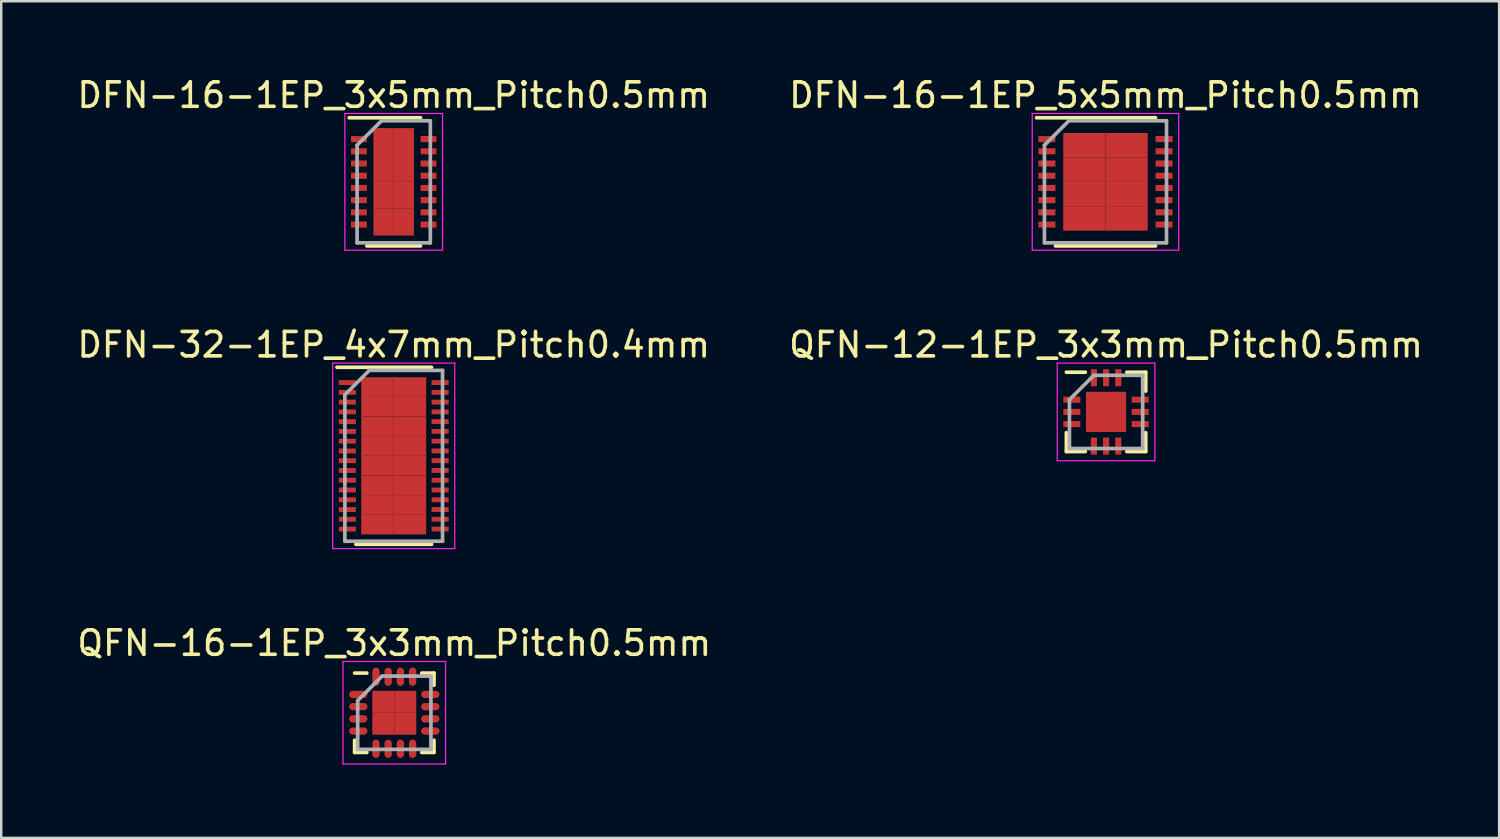
<source format=kicad_pcb>
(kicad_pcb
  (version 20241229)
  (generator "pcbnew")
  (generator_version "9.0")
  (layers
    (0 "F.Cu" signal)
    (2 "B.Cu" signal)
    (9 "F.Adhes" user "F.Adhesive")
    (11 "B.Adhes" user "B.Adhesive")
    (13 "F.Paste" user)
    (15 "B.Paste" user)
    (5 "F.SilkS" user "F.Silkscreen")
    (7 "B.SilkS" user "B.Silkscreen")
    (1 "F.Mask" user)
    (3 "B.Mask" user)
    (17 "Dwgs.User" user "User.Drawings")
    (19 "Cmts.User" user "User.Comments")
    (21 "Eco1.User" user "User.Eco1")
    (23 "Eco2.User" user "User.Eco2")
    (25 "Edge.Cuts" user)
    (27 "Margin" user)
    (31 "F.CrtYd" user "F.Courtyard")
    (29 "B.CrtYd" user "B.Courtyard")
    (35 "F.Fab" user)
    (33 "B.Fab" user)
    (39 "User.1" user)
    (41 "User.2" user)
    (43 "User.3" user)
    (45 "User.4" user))
  (footprint "DFN-16-1EP_3x5mm_Pitch0.5mm"
    (layer "F.Cu")
    (at 13.077 4.398)
    (property "Reference" "DFN-16-1EP_3x5mm_Pitch0.5mm" (at 0 -3.55 0) (layer "F.SilkS") (effects (font (size 1 1) (thickness 0.15))))
    (attr smd)
    (fp_line (start -1.825 -2.625) (end 1.1 -2.625) (stroke (width 0.15) (type solid)) (layer "F.SilkS"))
    (fp_line (start -1.1 2.625) (end 1.1 2.625) (stroke (width 0.15) (type solid)) (layer "F.SilkS"))
    (fp_line (start -2 -2.8) (end -2 2.8) (stroke (width 0.05) (type solid)) (layer "F.CrtYd"))
    (fp_line (start -2 -2.8) (end 2 -2.8) (stroke (width 0.05) (type solid)) (layer "F.CrtYd"))
    (fp_line (start -2 2.8) (end 2 2.8) (stroke (width 0.05) (type solid)) (layer "F.CrtYd"))
    (fp_line (start 2 -2.8) (end 2 2.8) (stroke (width 0.05) (type solid)) (layer "F.CrtYd"))
    (fp_line (start -1.5 -1.5) (end -0.5 -2.5) (stroke (width 0.15) (type solid)) (layer "F.Fab"))
    (fp_line (start -1.5 2.5) (end -1.5 -1.5) (stroke (width 0.15) (type solid)) (layer "F.Fab"))
    (fp_line (start -0.5 -2.5) (end 1.5 -2.5) (stroke (width 0.15) (type solid)) (layer "F.Fab"))
    (fp_line (start 1.5 -2.5) (end 1.5 2.5) (stroke (width 0.15) (type solid)) (layer "F.Fab"))
    (fp_line (start 1.5 2.5) (end -1.5 2.5) (stroke (width 0.15) (type solid)) (layer "F.Fab"))
    (pad "1" smd rect (at -1.425 -1.75) (size 0.65 0.25) (layers "F.Cu" "F.Mask" "F.Paste"))
    (pad "2" smd rect (at -1.425 -1.25) (size 0.65 0.25) (layers "F.Cu" "F.Mask" "F.Paste"))
    (pad "3" smd rect (at -1.425 -0.75) (size 0.65 0.25) (layers "F.Cu" "F.Mask" "F.Paste"))
    (pad "4" smd rect (at -1.425 -0.25) (size 0.65 0.25) (layers "F.Cu" "F.Mask" "F.Paste"))
    (pad "5" smd rect (at -1.425 0.25) (size 0.65 0.25) (layers "F.Cu" "F.Mask" "F.Paste"))
    (pad "6" smd rect (at -1.425 0.75) (size 0.65 0.25) (layers "F.Cu" "F.Mask" "F.Paste"))
    (pad "7" smd rect (at -1.425 1.25) (size 0.65 0.25) (layers "F.Cu" "F.Mask" "F.Paste"))
    (pad "8" smd rect (at -1.425 1.75) (size 0.65 0.25) (layers "F.Cu" "F.Mask" "F.Paste"))
    (pad "9" smd rect (at 1.425 1.75) (size 0.65 0.25) (layers "F.Cu" "F.Mask" "F.Paste"))
    (pad "10" smd rect (at 1.425 1.25) (size 0.65 0.25) (layers "F.Cu" "F.Mask" "F.Paste"))
    (pad "11" smd rect (at 1.425 0.75) (size 0.65 0.25) (layers "F.Cu" "F.Mask" "F.Paste"))
    (pad "12" smd rect (at 1.425 0.25) (size 0.65 0.25) (layers "F.Cu" "F.Mask" "F.Paste"))
    (pad "13" smd rect (at 1.425 -0.25) (size 0.65 0.25) (layers "F.Cu" "F.Mask" "F.Paste"))
    (pad "14" smd rect (at 1.425 -0.75) (size 0.65 0.25) (layers "F.Cu" "F.Mask" "F.Paste"))
    (pad "15" smd rect (at 1.425 -1.25) (size 0.65 0.25) (layers "F.Cu" "F.Mask" "F.Paste"))
    (pad "16" smd rect (at 1.425 -1.75) (size 0.65 0.25) (layers "F.Cu" "F.Mask" "F.Paste"))
    (pad "17" smd rect (at -0.415 -1.65) (size 0.83 1.1) (layers "F.Cu" "F.Mask" "F.Paste"))
    (pad "17" smd rect (at -0.415 -0.55) (size 0.83 1.1) (layers "F.Cu" "F.Mask" "F.Paste"))
    (pad "17" smd rect (at -0.415 0.55) (size 0.83 1.1) (layers "F.Cu" "F.Mask" "F.Paste"))
    (pad "17" smd rect (at -0.415 1.65) (size 0.83 1.1) (layers "F.Cu" "F.Mask" "F.Paste"))
    (pad "17" smd rect (at 0.415 -1.65) (size 0.83 1.1) (layers "F.Cu" "F.Mask" "F.Paste"))
    (pad "17" smd rect (at 0.415 -0.55) (size 0.83 1.1) (layers "F.Cu" "F.Mask" "F.Paste"))
    (pad "17" smd rect (at 0.415 0.55) (size 0.83 1.1) (layers "F.Cu" "F.Mask" "F.Paste"))
    (pad "17" smd rect (at 0.415 1.65) (size 0.83 1.1) (layers "F.Cu" "F.Mask" "F.Paste")))
  (footprint "QFN-16-1EP_3x3mm_Pitch0.5mm"
    (layer "F.Cu")
    (at 13.101 26.145)
    (property "Reference" "QFN-16-1EP_3x3mm_Pitch0.5mm" (at 0 -2.85 0) (layer "F.SilkS") (effects (font (size 1 1) (thickness 0.15))))
    (attr smd)
    (fp_line (start -1.625 -1.625) (end -1.125 -1.625) (stroke (width 0.15) (type solid)) (layer "F.SilkS"))
    (fp_line (start -1.625 1.625) (end -1.625 1.125) (stroke (width 0.15) (type solid)) (layer "F.SilkS"))
    (fp_line (start -1.625 1.625) (end -1.125 1.625) (stroke (width 0.15) (type solid)) (layer "F.SilkS"))
    (fp_line (start 1.625 -1.625) (end 1.125 -1.625) (stroke (width 0.15) (type solid)) (layer "F.SilkS"))
    (fp_line (start 1.625 -1.625) (end 1.625 -1.125) (stroke (width 0.15) (type solid)) (layer "F.SilkS"))
    (fp_line (start 1.625 1.625) (end 1.125 1.625) (stroke (width 0.15) (type solid)) (layer "F.SilkS"))
    (fp_line (start 1.625 1.625) (end 1.625 1.125) (stroke (width 0.15) (type solid)) (layer "F.SilkS"))
    (fp_line (start -2.1 -2.1) (end -2.1 2.1) (stroke (width 0.05) (type solid)) (layer "F.CrtYd"))
    (fp_line (start -2.1 -2.1) (end 2.1 -2.1) (stroke (width 0.05) (type solid)) (layer "F.CrtYd"))
    (fp_line (start -2.1 2.1) (end 2.1 2.1) (stroke (width 0.05) (type solid)) (layer "F.CrtYd"))
    (fp_line (start 2.1 -2.1) (end 2.1 2.1) (stroke (width 0.05) (type solid)) (layer "F.CrtYd"))
    (fp_line (start -1.5 -0.5) (end -0.5 -1.5) (stroke (width 0.15) (type solid)) (layer "F.Fab"))
    (fp_line (start -1.5 1.5) (end -1.5 -0.5) (stroke (width 0.15) (type solid)) (layer "F.Fab"))
    (fp_line (start -0.5 -1.5) (end 1.5 -1.5) (stroke (width 0.15) (type solid)) (layer "F.Fab"))
    (fp_line (start 1.5 -1.5) (end 1.5 1.5) (stroke (width 0.15) (type solid)) (layer "F.Fab"))
    (fp_line (start 1.5 1.5) (end -1.5 1.5) (stroke (width 0.15) (type solid)) (layer "F.Fab"))
    (pad "1" smd oval (at -1.475 -0.75) (size 0.75 0.3) (layers "F.Cu" "F.Mask" "F.Paste"))
    (pad "2" smd oval (at -1.475 -0.25) (size 0.75 0.3) (layers "F.Cu" "F.Mask" "F.Paste"))
    (pad "3" smd oval (at -1.475 0.25) (size 0.75 0.3) (layers "F.Cu" "F.Mask" "F.Paste"))
    (pad "4" smd oval (at -1.475 0.75) (size 0.75 0.3) (layers "F.Cu" "F.Mask" "F.Paste"))
    (pad "5" smd oval (at -0.75 1.475 90) (size 0.75 0.3) (layers "F.Cu" "F.Mask" "F.Paste"))
    (pad "6" smd oval (at -0.25 1.475 90) (size 0.75 0.3) (layers "F.Cu" "F.Mask" "F.Paste"))
    (pad "7" smd oval (at 0.25 1.475 90) (size 0.75 0.3) (layers "F.Cu" "F.Mask" "F.Paste"))
    (pad "8" smd oval (at 0.75 1.475 90) (size 0.75 0.3) (layers "F.Cu" "F.Mask" "F.Paste"))
    (pad "9" smd oval (at 1.475 0.75) (size 0.75 0.3) (layers "F.Cu" "F.Mask" "F.Paste"))
    (pad "10" smd oval (at 1.475 0.25) (size 0.75 0.3) (layers "F.Cu" "F.Mask" "F.Paste"))
    (pad "11" smd oval (at 1.475 -0.25) (size 0.75 0.3) (layers "F.Cu" "F.Mask" "F.Paste"))
    (pad "12" smd oval (at 1.475 -0.75) (size 0.75 0.3) (layers "F.Cu" "F.Mask" "F.Paste"))
    (pad "13" smd oval (at 0.75 -1.475 90) (size 0.75 0.3) (layers "F.Cu" "F.Mask" "F.Paste"))
    (pad "14" smd oval (at 0.25 -1.475 90) (size 0.75 0.3) (layers "F.Cu" "F.Mask" "F.Paste"))
    (pad "15" smd oval (at -0.25 -1.475 90) (size 0.75 0.3) (layers "F.Cu" "F.Mask" "F.Paste"))
    (pad "16" smd oval (at -0.75 -1.475 90) (size 0.75 0.3) (layers "F.Cu" "F.Mask" "F.Paste"))
    (pad "17" smd rect (at -0.45 -0.45) (size 0.9 0.9) (layers "F.Cu" "F.Mask" "F.Paste"))
    (pad "17" smd rect (at -0.45 0.45) (size 0.9 0.9) (layers "F.Cu" "F.Mask" "F.Paste"))
    (pad "17" smd rect (at 0.45 -0.45) (size 0.9 0.9) (layers "F.Cu" "F.Mask" "F.Paste"))
    (pad "17" smd rect (at 0.45 0.45) (size 0.9 0.9) (layers "F.Cu" "F.Mask" "F.Paste")))
  (footprint "QFN-12-1EP_3x3mm_Pitch0.5mm"
    (layer "F.Cu")
    (at 42.256 13.822)
    (property "Reference" "QFN-12-1EP_3x3mm_Pitch0.5mm" (at 0 -2.75 0) (layer "F.SilkS") (effects (font (size 1 1) (thickness 0.15))))
    (attr smd)
    (fp_line (start -1.625 -1.625) (end -0.85 -1.625) (stroke (width 0.15) (type solid)) (layer "F.SilkS"))
    (fp_line (start -1.625 1.625) (end -1.625 0.85) (stroke (width 0.15) (type solid)) (layer "F.SilkS"))
    (fp_line (start -1.625 1.625) (end -0.85 1.625) (stroke (width 0.15) (type solid)) (layer "F.SilkS"))
    (fp_line (start 1.625 -1.625) (end 0.85 -1.625) (stroke (width 0.15) (type solid)) (layer "F.SilkS"))
    (fp_line (start 1.625 -1.625) (end 1.625 -0.85) (stroke (width 0.15) (type solid)) (layer "F.SilkS"))
    (fp_line (start 1.625 1.625) (end 0.85 1.625) (stroke (width 0.15) (type solid)) (layer "F.SilkS"))
    (fp_line (start 1.625 1.625) (end 1.625 0.85) (stroke (width 0.15) (type solid)) (layer "F.SilkS"))
    (fp_line (start -2 -2) (end -2 2) (stroke (width 0.05) (type solid)) (layer "F.CrtYd"))
    (fp_line (start -2 -2) (end 2 -2) (stroke (width 0.05) (type solid)) (layer "F.CrtYd"))
    (fp_line (start -2 2) (end 2 2) (stroke (width 0.05) (type solid)) (layer "F.CrtYd"))
    (fp_line (start 2 -2) (end 2 2) (stroke (width 0.05) (type solid)) (layer "F.CrtYd"))
    (fp_line (start -1.5 -0.5) (end -0.5 -1.5) (stroke (width 0.15) (type solid)) (layer "F.Fab"))
    (fp_line (start -1.5 1.5) (end -1.5 -0.5) (stroke (width 0.15) (type solid)) (layer "F.Fab"))
    (fp_line (start -0.5 -1.5) (end 1.5 -1.5) (stroke (width 0.15) (type solid)) (layer "F.Fab"))
    (fp_line (start 1.5 -1.5) (end 1.5 1.5) (stroke (width 0.15) (type solid)) (layer "F.Fab"))
    (fp_line (start 1.5 1.5) (end -1.5 1.5) (stroke (width 0.15) (type solid)) (layer "F.Fab"))
    (pad "1" smd rect (at -1.4 -0.5) (size 0.7 0.25) (layers "F.Cu" "F.Mask" "F.Paste"))
    (pad "2" smd rect (at -1.4 0) (size 0.7 0.25) (layers "F.Cu" "F.Mask" "F.Paste"))
    (pad "3" smd rect (at -1.4 0.5) (size 0.7 0.25) (layers "F.Cu" "F.Mask" "F.Paste"))
    (pad "4" smd rect (at -0.5 1.4 90) (size 0.7 0.25) (layers "F.Cu" "F.Mask" "F.Paste"))
    (pad "5" smd rect (at 0 1.4 90) (size 0.7 0.25) (layers "F.Cu" "F.Mask" "F.Paste"))
    (pad "6" smd rect (at 0.5 1.4 90) (size 0.7 0.25) (layers "F.Cu" "F.Mask" "F.Paste"))
    (pad "7" smd rect (at 1.4 0.5) (size 0.7 0.25) (layers "F.Cu" "F.Mask" "F.Paste"))
    (pad "8" smd rect (at 1.4 0) (size 0.7 0.25) (layers "F.Cu" "F.Mask" "F.Paste"))
    (pad "9" smd rect (at 1.4 -0.5) (size 0.7 0.25) (layers "F.Cu" "F.Mask" "F.Paste"))
    (pad "10" smd rect (at 0.5 -1.4 90) (size 0.7 0.25) (layers "F.Cu" "F.Mask" "F.Paste"))
    (pad "11" smd rect (at 0 -1.4 90) (size 0.7 0.25) (layers "F.Cu" "F.Mask" "F.Paste"))
    (pad "12" smd rect (at -0.5 -1.4 90) (size 0.7 0.25) (layers "F.Cu" "F.Mask" "F.Paste"))
    (pad "13" smd rect (at -0.412 -0.412) (size 0.825 0.825) (layers "F.Cu" "F.Mask" "F.Paste"))
    (pad "13" smd rect (at -0.412 0.412) (size 0.825 0.825) (layers "F.Cu" "F.Mask" "F.Paste"))
    (pad "13" smd rect (at 0.412 -0.412) (size 0.825 0.825) (layers "F.Cu" "F.Mask" "F.Paste"))
    (pad "13" smd rect (at 0.412 0.412) (size 0.825 0.825) (layers "F.Cu" "F.Mask" "F.Paste")))
  (footprint "DFN-16-1EP_5x5mm_Pitch0.5mm"
    (layer "F.Cu")
    (at 42.232 4.398)
    (property "Reference" "DFN-16-1EP_5x5mm_Pitch0.5mm" (at 0 -3.55 0) (layer "F.SilkS") (effects (font (size 1 1) (thickness 0.15))))
    (attr smd)
    (fp_line (start -2.825 -2.625) (end 2.05 -2.625) (stroke (width 0.15) (type solid)) (layer "F.SilkS"))
    (fp_line (start -2.05 2.625) (end 2.05 2.625) (stroke (width 0.15) (type solid)) (layer "F.SilkS"))
    (fp_line (start -3 -2.8) (end -3 2.8) (stroke (width 0.05) (type solid)) (layer "F.CrtYd"))
    (fp_line (start -3 -2.8) (end 3 -2.8) (stroke (width 0.05) (type solid)) (layer "F.CrtYd"))
    (fp_line (start -3 2.8) (end 3 2.8) (stroke (width 0.05) (type solid)) (layer "F.CrtYd"))
    (fp_line (start 3 -2.8) (end 3 2.8) (stroke (width 0.05) (type solid)) (layer "F.CrtYd"))
    (fp_line (start -2.5 -1.5) (end -1.5 -2.5) (stroke (width 0.15) (type solid)) (layer "F.Fab"))
    (fp_line (start -2.5 2.5) (end -2.5 -1.5) (stroke (width 0.15) (type solid)) (layer "F.Fab"))
    (fp_line (start -1.5 -2.5) (end 2.5 -2.5) (stroke (width 0.15) (type solid)) (layer "F.Fab"))
    (fp_line (start 2.5 -2.5) (end 2.5 2.5) (stroke (width 0.15) (type solid)) (layer "F.Fab"))
    (fp_line (start 2.5 2.5) (end -2.5 2.5) (stroke (width 0.15) (type solid)) (layer "F.Fab"))
    (pad "1" smd rect (at -2.4 -1.75) (size 0.7 0.25) (layers "F.Cu" "F.Mask" "F.Paste"))
    (pad "2" smd rect (at -2.4 -1.25) (size 0.7 0.25) (layers "F.Cu" "F.Mask" "F.Paste"))
    (pad "3" smd rect (at -2.4 -0.75) (size 0.7 0.25) (layers "F.Cu" "F.Mask" "F.Paste"))
    (pad "4" smd rect (at -2.4 -0.25) (size 0.7 0.25) (layers "F.Cu" "F.Mask" "F.Paste"))
    (pad "5" smd rect (at -2.4 0.25) (size 0.7 0.25) (layers "F.Cu" "F.Mask" "F.Paste"))
    (pad "6" smd rect (at -2.4 0.75) (size 0.7 0.25) (layers "F.Cu" "F.Mask" "F.Paste"))
    (pad "7" smd rect (at -2.4 1.25) (size 0.7 0.25) (layers "F.Cu" "F.Mask" "F.Paste"))
    (pad "8" smd rect (at -2.4 1.75) (size 0.7 0.25) (layers "F.Cu" "F.Mask" "F.Paste"))
    (pad "9" smd rect (at 2.4 1.75) (size 0.7 0.25) (layers "F.Cu" "F.Mask" "F.Paste"))
    (pad "10" smd rect (at 2.4 1.25) (size 0.7 0.25) (layers "F.Cu" "F.Mask" "F.Paste"))
    (pad "11" smd rect (at 2.4 0.75) (size 0.7 0.25) (layers "F.Cu" "F.Mask" "F.Paste"))
    (pad "12" smd rect (at 2.4 0.25) (size 0.7 0.25) (layers "F.Cu" "F.Mask" "F.Paste"))
    (pad "13" smd rect (at 2.4 -0.25) (size 0.7 0.25) (layers "F.Cu" "F.Mask" "F.Paste"))
    (pad "14" smd rect (at 2.4 -0.75) (size 0.7 0.25) (layers "F.Cu" "F.Mask" "F.Paste"))
    (pad "15" smd rect (at 2.4 -1.25) (size 0.7 0.25) (layers "F.Cu" "F.Mask" "F.Paste"))
    (pad "16" smd rect (at 2.4 -1.75) (size 0.7 0.25) (layers "F.Cu" "F.Mask" "F.Paste"))
    (pad "17" smd rect (at -0.865 -1.5) (size 1.73 1) (layers "F.Cu" "F.Mask" "F.Paste"))
    (pad "17" smd rect (at -0.865 -0.5) (size 1.73 1) (layers "F.Cu" "F.Mask" "F.Paste"))
    (pad "17" smd rect (at -0.865 0.5) (size 1.73 1) (layers "F.Cu" "F.Mask" "F.Paste"))
    (pad "17" smd rect (at -0.865 1.5) (size 1.73 1) (layers "F.Cu" "F.Mask" "F.Paste"))
    (pad "17" smd rect (at 0.865 -1.5) (size 1.73 1) (layers "F.Cu" "F.Mask" "F.Paste"))
    (pad "17" smd rect (at 0.865 -0.5) (size 1.73 1) (layers "F.Cu" "F.Mask" "F.Paste"))
    (pad "17" smd rect (at 0.865 0.5) (size 1.73 1) (layers "F.Cu" "F.Mask" "F.Paste"))
    (pad "17" smd rect (at 0.865 1.5) (size 1.73 1) (layers "F.Cu" "F.Mask" "F.Paste")))
  (footprint "DFN-32-1EP_4x7mm_Pitch0.4mm"
    (layer "F.Cu")
    (at 13.077 15.621)
    (property "Reference" "DFN-32-1EP_4x7mm_Pitch0.4mm" (at 0 -4.55 0) (layer "F.SilkS") (effects (font (size 1 1) (thickness 0.15))))
    (attr smd)
    (fp_line (start -2.325 -3.625) (end 1.55 -3.625) (stroke (width 0.15) (type solid)) (layer "F.SilkS"))
    (fp_line (start -1.55 3.625) (end 1.55 3.625) (stroke (width 0.15) (type solid)) (layer "F.SilkS"))
    (fp_line (start -2.5 -3.8) (end -2.5 3.8) (stroke (width 0.05) (type solid)) (layer "F.CrtYd"))
    (fp_line (start -2.5 -3.8) (end 2.5 -3.8) (stroke (width 0.05) (type solid)) (layer "F.CrtYd"))
    (fp_line (start -2.5 3.8) (end 2.5 3.8) (stroke (width 0.05) (type solid)) (layer "F.CrtYd"))
    (fp_line (start 2.5 -3.8) (end 2.5 3.8) (stroke (width 0.05) (type solid)) (layer "F.CrtYd"))
    (fp_line (start -2 -2.5) (end -1 -3.5) (stroke (width 0.15) (type solid)) (layer "F.Fab"))
    (fp_line (start -2 3.5) (end -2 -2.5) (stroke (width 0.15) (type solid)) (layer "F.Fab"))
    (fp_line (start -1 -3.5) (end 2 -3.5) (stroke (width 0.15) (type solid)) (layer "F.Fab"))
    (fp_line (start 2 -3.5) (end 2 3.5) (stroke (width 0.15) (type solid)) (layer "F.Fab"))
    (fp_line (start 2 3.5) (end -2 3.5) (stroke (width 0.15) (type solid)) (layer "F.Fab"))
    (pad "1" smd rect (at -1.9 -3) (size 0.7 0.2) (layers "F.Cu" "F.Mask" "F.Paste"))
    (pad "2" smd rect (at -1.9 -2.6) (size 0.7 0.2) (layers "F.Cu" "F.Mask" "F.Paste"))
    (pad "3" smd rect (at -1.9 -2.2) (size 0.7 0.2) (layers "F.Cu" "F.Mask" "F.Paste"))
    (pad "4" smd rect (at -1.9 -1.8) (size 0.7 0.2) (layers "F.Cu" "F.Mask" "F.Paste"))
    (pad "5" smd rect (at -1.9 -1.4) (size 0.7 0.2) (layers "F.Cu" "F.Mask" "F.Paste"))
    (pad "6" smd rect (at -1.9 -1) (size 0.7 0.2) (layers "F.Cu" "F.Mask" "F.Paste"))
    (pad "7" smd rect (at -1.9 -0.6) (size 0.7 0.2) (layers "F.Cu" "F.Mask" "F.Paste"))
    (pad "8" smd rect (at -1.9 -0.2) (size 0.7 0.2) (layers "F.Cu" "F.Mask" "F.Paste"))
    (pad "9" smd rect (at -1.9 0.2) (size 0.7 0.2) (layers "F.Cu" "F.Mask" "F.Paste"))
    (pad "10" smd rect (at -1.9 0.6) (size 0.7 0.2) (layers "F.Cu" "F.Mask" "F.Paste"))
    (pad "11" smd rect (at -1.9 1) (size 0.7 0.2) (layers "F.Cu" "F.Mask" "F.Paste"))
    (pad "12" smd rect (at -1.9 1.4) (size 0.7 0.2) (layers "F.Cu" "F.Mask" "F.Paste"))
    (pad "13" smd rect (at -1.9 1.8) (size 0.7 0.2) (layers "F.Cu" "F.Mask" "F.Paste"))
    (pad "14" smd rect (at -1.9 2.2) (size 0.7 0.2) (layers "F.Cu" "F.Mask" "F.Paste"))
    (pad "15" smd rect (at -1.9 2.6) (size 0.7 0.2) (layers "F.Cu" "F.Mask" "F.Paste"))
    (pad "16" smd rect (at -1.9 3) (size 0.7 0.2) (layers "F.Cu" "F.Mask" "F.Paste"))
    (pad "17" smd rect (at 1.9 3) (size 0.7 0.2) (layers "F.Cu" "F.Mask" "F.Paste"))
    (pad "18" smd rect (at 1.9 2.6) (size 0.7 0.2) (layers "F.Cu" "F.Mask" "F.Paste"))
    (pad "19" smd rect (at 1.9 2.2) (size 0.7 0.2) (layers "F.Cu" "F.Mask" "F.Paste"))
    (pad "20" smd rect (at 1.9 1.8) (size 0.7 0.2) (layers "F.Cu" "F.Mask" "F.Paste"))
    (pad "21" smd rect (at 1.9 1.4) (size 0.7 0.2) (layers "F.Cu" "F.Mask" "F.Paste"))
    (pad "22" smd rect (at 1.9 1) (size 0.7 0.2) (layers "F.Cu" "F.Mask" "F.Paste"))
    (pad "23" smd rect (at 1.9 0.6) (size 0.7 0.2) (layers "F.Cu" "F.Mask" "F.Paste"))
    (pad "24" smd rect (at 1.9 0.2) (size 0.7 0.2) (layers "F.Cu" "F.Mask" "F.Paste"))
    (pad "25" smd rect (at 1.9 -0.2) (size 0.7 0.2) (layers "F.Cu" "F.Mask" "F.Paste"))
    (pad "26" smd rect (at 1.9 -0.6) (size 0.7 0.2) (layers "F.Cu" "F.Mask" "F.Paste"))
    (pad "27" smd rect (at 1.9 -1) (size 0.7 0.2) (layers "F.Cu" "F.Mask" "F.Paste"))
    (pad "28" smd rect (at 1.9 -1.4) (size 0.7 0.2) (layers "F.Cu" "F.Mask" "F.Paste"))
    (pad "29" smd rect (at 1.9 -1.8) (size 0.7 0.2) (layers "F.Cu" "F.Mask" "F.Paste"))
    (pad "30" smd rect (at 1.9 -2.2) (size 0.7 0.2) (layers "F.Cu" "F.Mask" "F.Paste"))
    (pad "31" smd rect (at 1.9 -2.6) (size 0.7 0.2) (layers "F.Cu" "F.Mask" "F.Paste"))
    (pad "32" smd rect (at 1.9 -3) (size 0.7 0.2) (layers "F.Cu" "F.Mask" "F.Paste"))
    (pad "33" smd rect (at -0.665 -2.817) (size 1.33 0.805) (layers "F.Cu" "F.Mask" "F.Paste"))
    (pad "33" smd rect (at -0.665 -2.013) (size 1.33 0.805) (layers "F.Cu" "F.Mask" "F.Paste"))
    (pad "33" smd rect (at -0.665 -1.208) (size 1.33 0.805) (layers "F.Cu" "F.Mask" "F.Paste"))
    (pad "33" smd rect (at -0.665 -0.403) (size 1.33 0.805) (layers "F.Cu" "F.Mask" "F.Paste"))
    (pad "33" smd rect (at -0.665 0.403) (size 1.33 0.805) (layers "F.Cu" "F.Mask" "F.Paste"))
    (pad "33" smd rect (at -0.665 1.208) (size 1.33 0.805) (layers "F.Cu" "F.Mask" "F.Paste"))
    (pad "33" smd rect (at -0.665 2.013) (size 1.33 0.805) (layers "F.Cu" "F.Mask" "F.Paste"))
    (pad "33" smd rect (at -0.665 2.817) (size 1.33 0.805) (layers "F.Cu" "F.Mask" "F.Paste"))
    (pad "33" smd rect (at 0.665 -2.817) (size 1.33 0.805) (layers "F.Cu" "F.Mask" "F.Paste"))
    (pad "33" smd rect (at 0.665 -2.013) (size 1.33 0.805) (layers "F.Cu" "F.Mask" "F.Paste"))
    (pad "33" smd rect (at 0.665 -1.208) (size 1.33 0.805) (layers "F.Cu" "F.Mask" "F.Paste"))
    (pad "33" smd rect (at 0.665 -0.403) (size 1.33 0.805) (layers "F.Cu" "F.Mask" "F.Paste"))
    (pad "33" smd rect (at 0.665 0.403) (size 1.33 0.805) (layers "F.Cu" "F.Mask" "F.Paste"))
    (pad "33" smd rect (at 0.665 1.208) (size 1.33 0.805) (layers "F.Cu" "F.Mask" "F.Paste"))
    (pad "33" smd rect (at 0.665 2.013) (size 1.33 0.805) (layers "F.Cu" "F.Mask" "F.Paste"))
    (pad "33" smd rect (at 0.665 2.817) (size 1.33 0.805) (layers "F.Cu" "F.Mask" "F.Paste")))
  (gr_rect
    (start -3 -3)
    (end 58.357 31.27)
    (stroke (width 0.1) (type default))
    (fill no)
    (layer "Edge.Cuts")))
</source>
